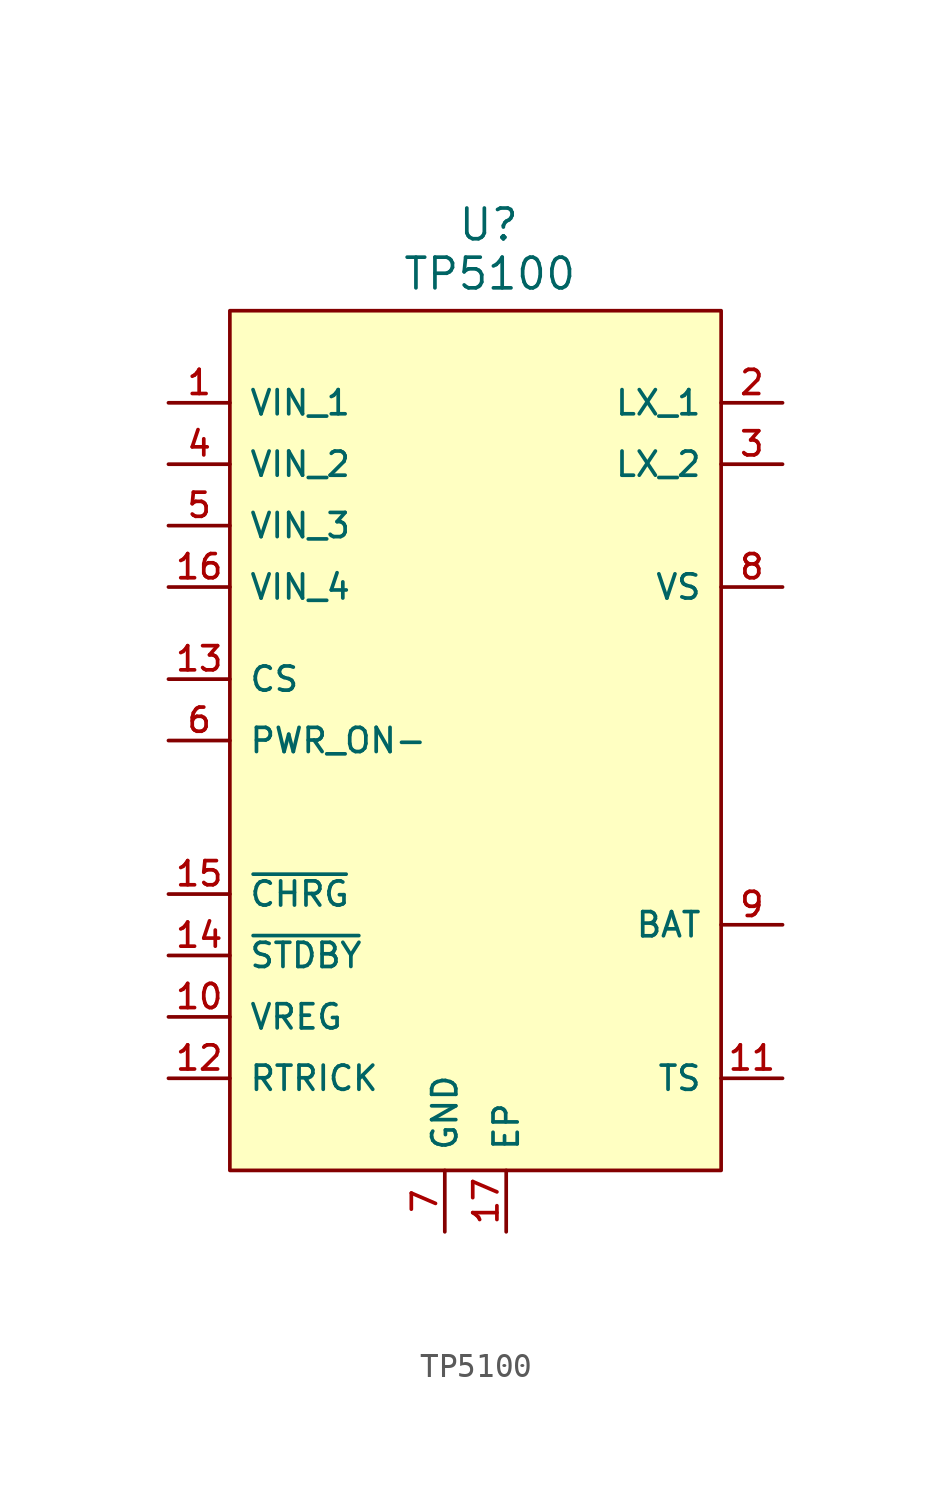
<source format=kicad_sym>
(kicad_symbol_lib
  (version 20241209)
  (generator "kicad_symbol_editor")
  (generator_version "9.0")
  (symbol "TP5100"
    (pin_names
      (offset 0.762))
    (property "Reference" "U"
      (at -0.762 21.336 0)
      (effects (font (size 1.27 1.27)) (justify left)))
    (property "Value" "TP5100"
      (at -3.048 19.304 0)
      (effects (font (size 1.27 1.27)) (justify left)))
    (symbol "TP5100_0_0"
      (pin passive line (at -12.7 11.43 0) (length 2.54) (name "VIN_2" (effects (font (size 1 1)))) (number "4" (effects (font (size 1 1)))))
      (pin passive line (at -12.7 8.89 0) (length 2.54) (name "VIN_3" (effects (font (size 1 1)))) (number "5" (effects (font (size 1 1)))))
      (pin passive line (at -12.7 6.35 0) (length 2.54) (name "VIN_4" (effects (font (size 1 1)))) (number "16" (effects (font (size 1 1)))))
      (pin passive line (at -12.7 2.54 0) (length 2.54) (name "CS" (effects (font (size 1 1)))) (number "13" (effects (font (size 1 1)))))
      (pin passive line (at -12.7 0 0) (length 2.54) (name "PWR_ON-" (effects (font (size 1 1)))) (number "6" (effects (font (size 1 1)))))
      (pin passive line (at -12.7 -6.35 0) (length 2.54) (name "~{CHRG}" (effects (font (size 1 1)))) (number "15" (effects (font (size 1 1)))))
      (pin passive line (at -12.7 -8.89 0) (length 2.54) (name "~{STDBY}" (effects (font (size 1 1)))) (number "14" (effects (font (size 1 1)))))
      (pin passive line (at -12.7 -11.43 0) (length 2.54) (name "VREG" (effects (font (size 1 1)))) (number "10" (effects (font (size 1 1)))))
      (pin passive line (at -12.7 -13.97 0) (length 2.54) (name "RTRICK" (effects (font (size 1 1)))) (number "12" (effects (font (size 1 1)))))
      (pin passive line (at -1.27 -20.32 90) (length 2.54) (name "GND" (effects (font (size 1 1)))) (number "7" (effects (font (size 1 1)))))
      (pin passive line (at 1.27 -20.32 90) (length 2.54) (name "EP" (effects (font (size 1 1)))) (number "17" (effects (font (size 1 1)))))
      (pin passive line (at 12.7 13.97 180) (length 2.54) (name "LX_1" (effects (font (size 1 1)))) (number "2" (effects (font (size 1 1)))))
      (pin passive line (at 12.7 11.43 180) (length 2.54) (name "LX_2" (effects (font (size 1 1)))) (number "3" (effects (font (size 1 1)))))
      (pin passive line (at 12.7 6.35 180) (length 2.54) (name "VS" (effects (font (size 1 1)))) (number "8" (effects (font (size 1 1)))))
      (pin passive line (at 12.7 -7.62 180) (length 2.54) (name "BAT" (effects (font (size 1 1)))) (number "9" (effects (font (size 1 1)))))
      (pin passive line (at 12.7 -13.97 180) (length 2.54) (name "TS" (effects (font (size 1 1)))) (number "11" (effects (font (size 1 1))))))
    (symbol "TP5100_1_0"
      (pin passive line (at -12.7 13.97 0) (length 2.54) (name "VIN_1" (effects (font (size 1 1)))) (number "1" (effects (font (size 1 1))))))
    (symbol "TP5100_1_1"
      (polyline (pts (xy -10.16 17.78) (xy 10.16 17.78) (xy 10.16 -17.78) (xy -10.16 -17.78) (xy -10.16 17.78)) (stroke (width 0.152) (type solid)) (fill (type background))))))
</source>
